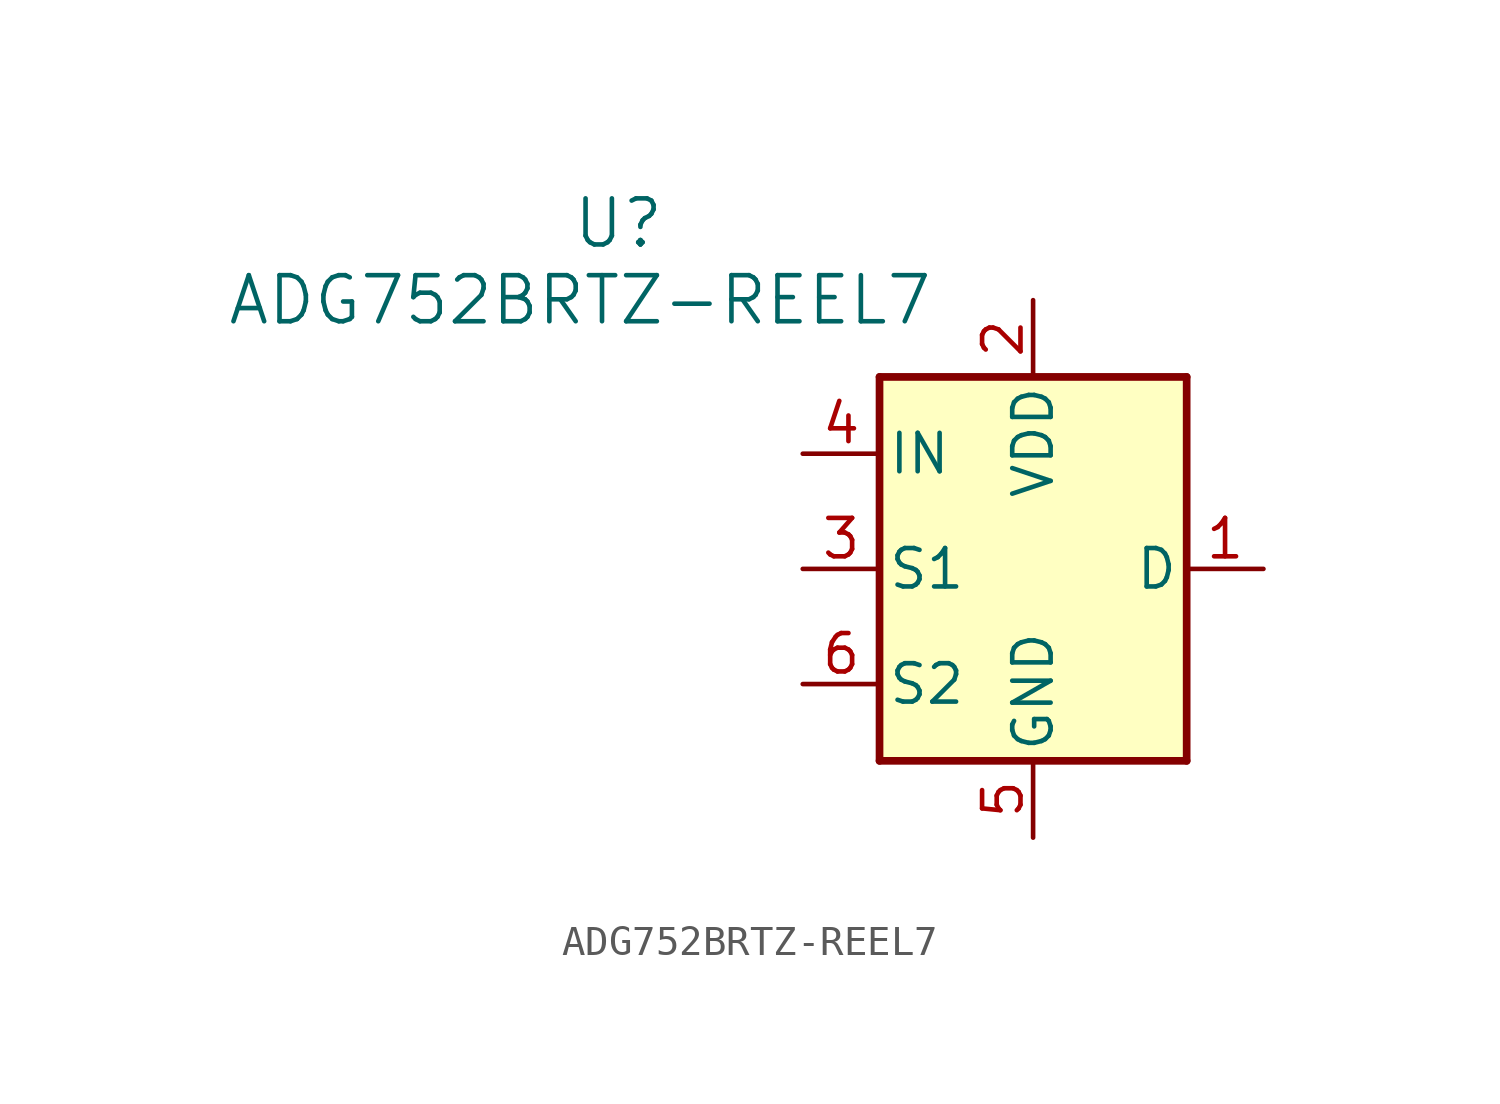
<source format=kicad_sym>
(kicad_symbol_lib
  (version 20231120)
  (generator "kicad_symbol_editor")
  (generator_version "8.0")
  (symbol "ADG752BRTZ-REEL7"
    (pin_names
      (offset 0.254))
    (property "Reference" "U"
      (at -13.716 11.43 0)
      (effects (font (size 1.524 1.524))))
    (property "Value" "ADG752BRTZ-REEL7"
      (at -14.986 8.89 0)
      (effects (font (size 1.524 1.524))))
    (property "ki_locked" ""
      (at 0 0 0)
      (effects (font (size 1.27 1.27))))
    (symbol "ADG752BRTZ-REEL7_1_1"
      (rectangle (start -5.08 6.35) (end 5.08 -6.35) (stroke (width -0.0001) (type default)) (fill (type background)))
      (polyline (pts (xy -5.08 -6.35) (xy 5.08 -6.35)) (stroke (width 0.254) (type default)) (fill (type none)))
      (polyline (pts (xy -5.08 6.35) (xy -5.08 -6.35)) (stroke (width 0.254) (type default)) (fill (type none)))
      (polyline (pts (xy 5.08 -6.35) (xy 5.08 6.35)) (stroke (width 0.254) (type default)) (fill (type none)))
      (polyline (pts (xy 5.08 6.35) (xy -5.08 6.35)) (stroke (width 0.254) (type default)) (fill (type none)))
      (pin unspecified line (at 7.62 0 180) (length 2.54) (name "D" (effects (font (size 1.27 1.27)))) (number "1" (effects (font (size 1.27 1.27)))))
      (pin unspecified line (at 0 8.89 270) (length 2.54) (name "VDD" (effects (font (size 1.27 1.27)))) (number "2" (effects (font (size 1.27 1.27)))))
      (pin unspecified line (at -7.62 0 0) (length 2.54) (name "S1" (effects (font (size 1.27 1.27)))) (number "3" (effects (font (size 1.27 1.27)))))
      (pin unspecified line (at -7.62 3.81 0) (length 2.54) (name "IN" (effects (font (size 1.27 1.27)))) (number "4" (effects (font (size 1.27 1.27)))))
      (pin unspecified line (at 0 -8.89 90) (length 2.54) (name "GND" (effects (font (size 1.27 1.27)))) (number "5" (effects (font (size 1.27 1.27)))))
      (pin unspecified line (at -7.62 -3.81 0) (length 2.54) (name "S2" (effects (font (size 1.27 1.27)))) (number "6" (effects (font (size 1.27 1.27))))))))
</source>
